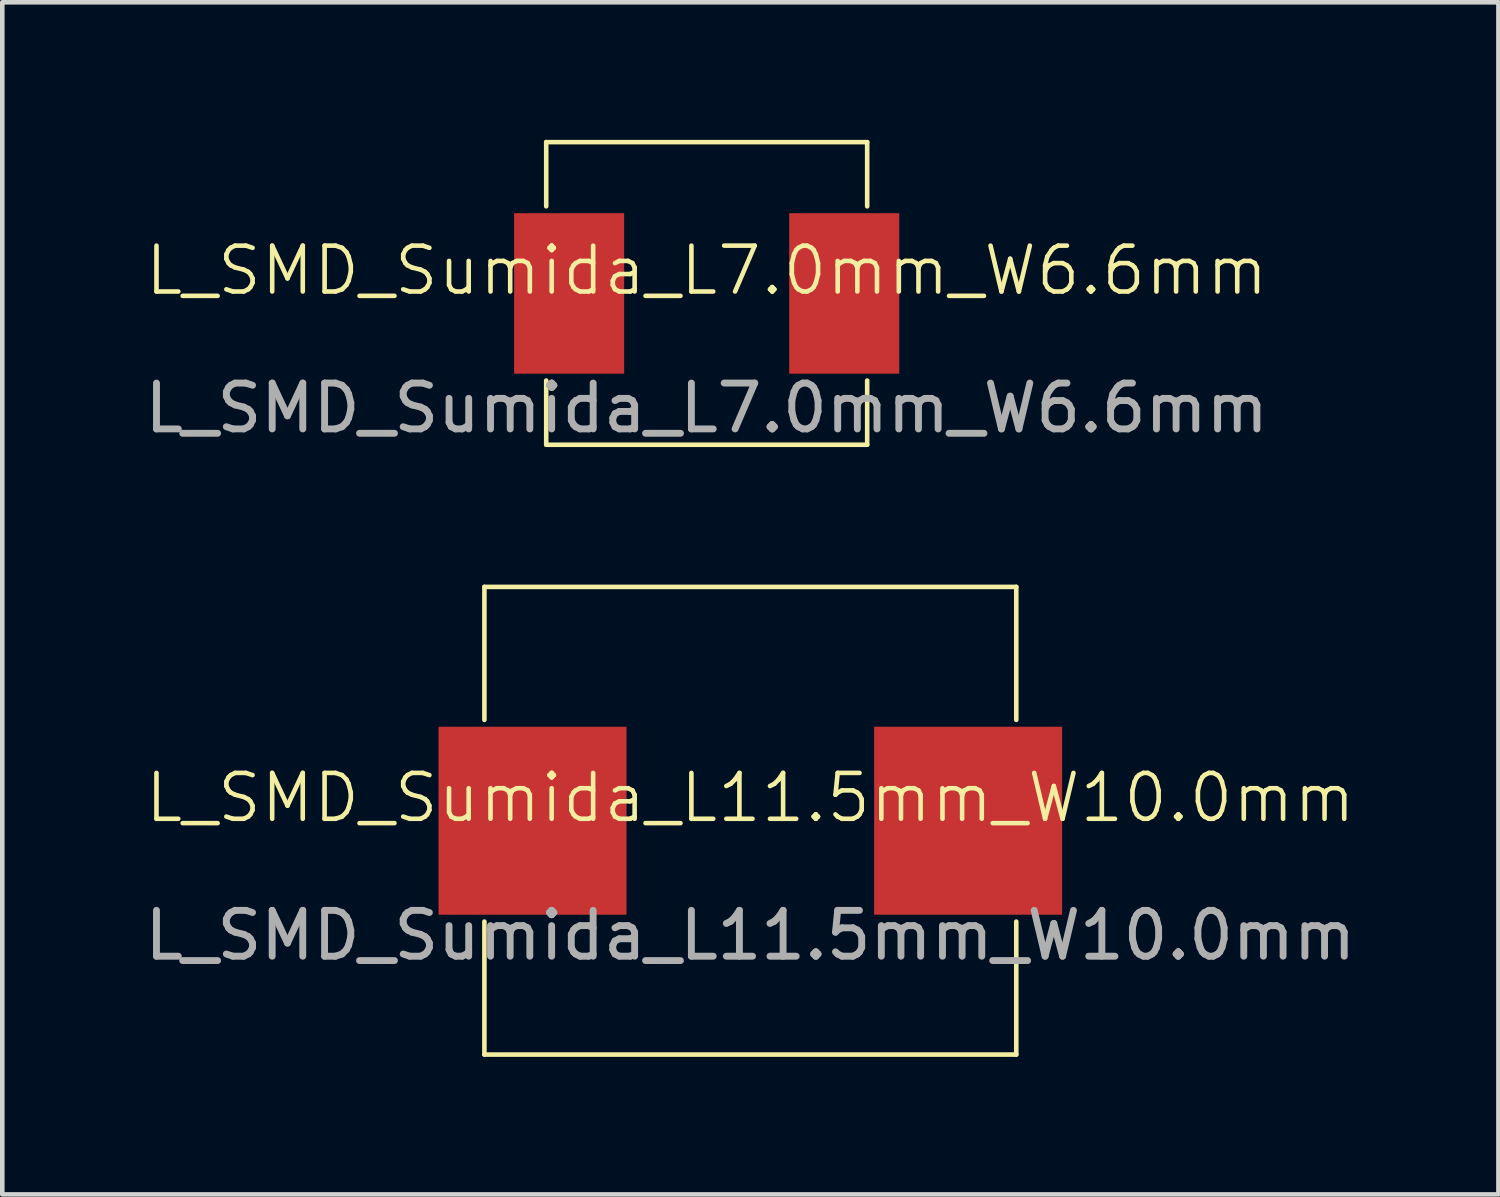
<source format=kicad_pcb>
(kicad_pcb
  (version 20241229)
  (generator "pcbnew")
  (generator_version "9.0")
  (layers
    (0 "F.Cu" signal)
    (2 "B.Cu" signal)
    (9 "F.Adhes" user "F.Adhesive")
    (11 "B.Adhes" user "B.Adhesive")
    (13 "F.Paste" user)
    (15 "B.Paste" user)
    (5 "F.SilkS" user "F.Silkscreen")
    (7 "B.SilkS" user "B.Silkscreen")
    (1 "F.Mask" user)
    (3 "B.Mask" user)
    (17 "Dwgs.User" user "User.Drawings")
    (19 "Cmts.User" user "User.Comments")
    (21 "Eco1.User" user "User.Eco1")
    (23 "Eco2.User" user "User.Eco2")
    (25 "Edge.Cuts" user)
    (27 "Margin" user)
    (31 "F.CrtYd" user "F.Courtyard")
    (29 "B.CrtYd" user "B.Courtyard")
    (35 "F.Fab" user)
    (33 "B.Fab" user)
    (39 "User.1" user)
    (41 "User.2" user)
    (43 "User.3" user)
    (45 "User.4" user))
  (footprint "L_SMD_Sumida_L7.0mm_W6.6mm"
    (layer "F.Cu")
    (at 12.363 3.35)
    (property "Reference" "L_SMD_Sumida_L7.0mm_W6.6mm" (at 0 -0.5 0) (unlocked yes) (layer "F.SilkS") (effects (font (size 1 1) (thickness 0.1))))
    (attr smd)
    (fp_line (start -3.5 -3.3) (end 3.5 -3.3) (stroke (width 0.1) (type default)) (layer "F.SilkS"))
    (fp_line (start -3.5 -1.9) (end -3.5 -3.3) (stroke (width 0.1) (type default)) (layer "F.SilkS"))
    (fp_line (start -3.5 3.3) (end -3.5 1.9) (stroke (width 0.1) (type default)) (layer "F.SilkS"))
    (fp_line (start 3.5 -3.3) (end 3.5 -1.9) (stroke (width 0.1) (type default)) (layer "F.SilkS"))
    (fp_line (start 3.5 1.9) (end 3.5 3.3) (stroke (width 0.1) (type default)) (layer "F.SilkS"))
    (fp_line (start 3.5 3.3) (end -3.5 3.3) (stroke (width 0.1) (type default)) (layer "F.SilkS"))
    (fp_text user "${REFERENCE}" (at 0 2.5 0) (unlocked yes) (layer "F.Fab") (effects (font (size 1 1) (thickness 0.15))))
    (pad "1" smd rect (at -3 0 90) (size 3.5 2.4) (layers "F.Cu" "F.Mask" "F.Paste"))
    (pad "2" smd rect (at 3 0 90) (size 3.5 2.4) (layers "F.Cu" "F.Mask" "F.Paste")))
  (footprint "L_SMD_Sumida_L11.5mm_W10.0mm"
    (layer "F.Cu")
    (at 13.315 14.85)
    (property "Reference" "L_SMD_Sumida_L11.5mm_W10.0mm" (at 0 -0.5 0) (unlocked yes) (layer "F.SilkS") (effects (font (size 1 1) (thickness 0.1))))
    (attr smd)
    (fp_line (start -5.8 -5.1) (end 5.8 -5.1) (stroke (width 0.1) (type default)) (layer "F.SilkS"))
    (fp_line (start -5.8 -2.2) (end -5.8 -5.1) (stroke (width 0.1) (type default)) (layer "F.SilkS"))
    (fp_line (start -5.8 5.1) (end -5.8 2.2) (stroke (width 0.1) (type default)) (layer "F.SilkS"))
    (fp_line (start 5.8 -5.1) (end 5.8 -2.2) (stroke (width 0.1) (type default)) (layer "F.SilkS"))
    (fp_line (start 5.8 2.2) (end 5.8 5.1) (stroke (width 0.1) (type default)) (layer "F.SilkS"))
    (fp_line (start 5.8 5.1) (end -5.8 5.1) (stroke (width 0.1) (type default)) (layer "F.SilkS"))
    (fp_text user "${REFERENCE}" (at 0 2.5 0) (unlocked yes) (layer "F.Fab") (effects (font (size 1 1) (thickness 0.15))))
    (pad "1" smd rect (at -4.75 0 90) (size 4.1 4.1) (layers "F.Cu" "F.Mask" "F.Paste"))
    (pad "2" smd rect (at 4.75 0 90) (size 4.1 4.1) (layers "F.Cu" "F.Mask" "F.Paste")))
  (gr_rect
    (start -3 -3)
    (end 29.631 23)
    (stroke (width 0.1) (type default))
    (fill no)
    (layer "Edge.Cuts")))
</source>
